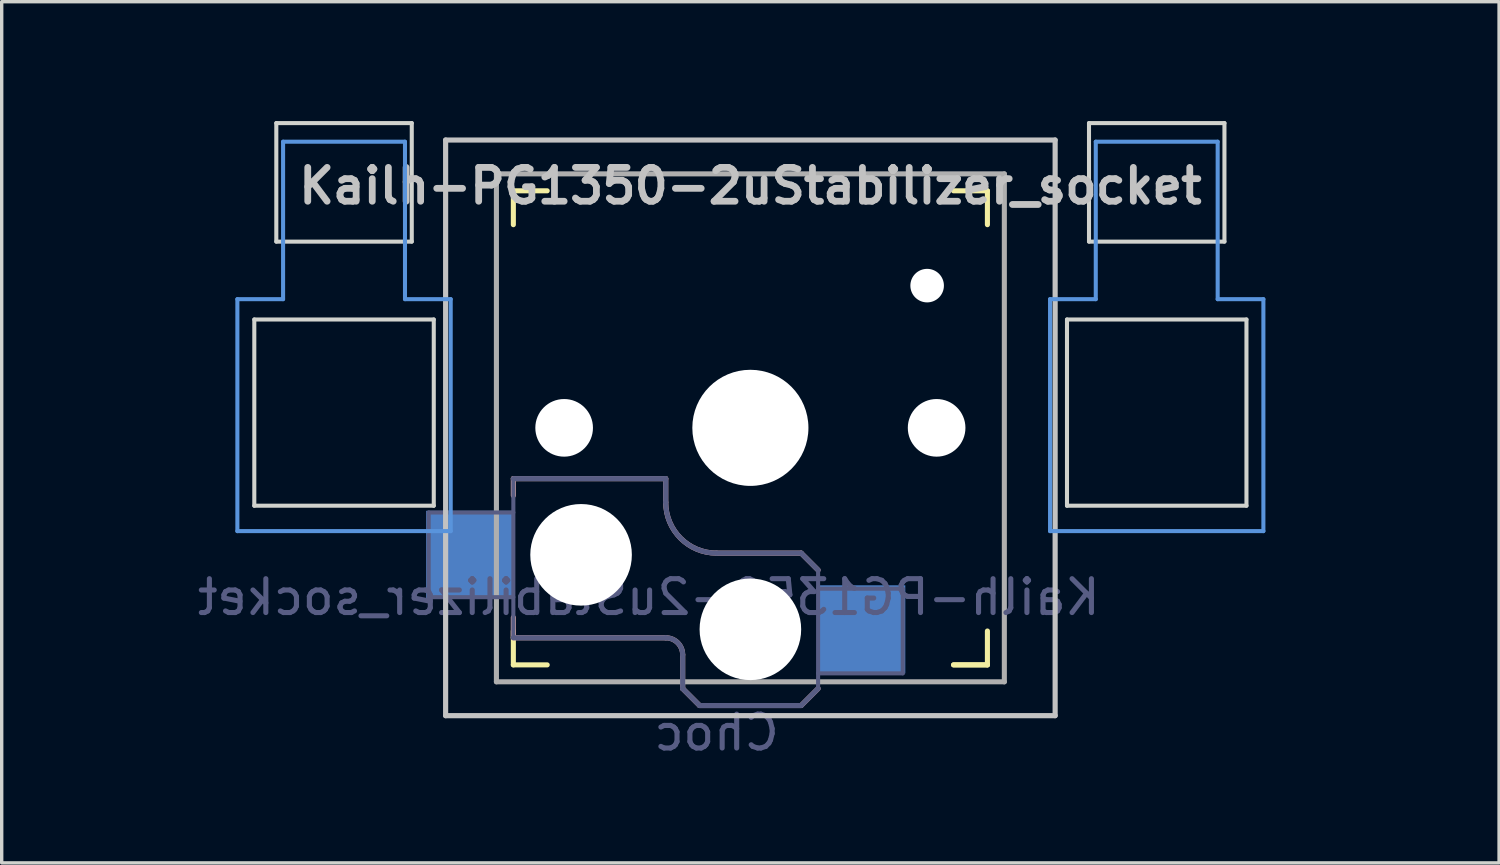
<source format=kicad_pcb>
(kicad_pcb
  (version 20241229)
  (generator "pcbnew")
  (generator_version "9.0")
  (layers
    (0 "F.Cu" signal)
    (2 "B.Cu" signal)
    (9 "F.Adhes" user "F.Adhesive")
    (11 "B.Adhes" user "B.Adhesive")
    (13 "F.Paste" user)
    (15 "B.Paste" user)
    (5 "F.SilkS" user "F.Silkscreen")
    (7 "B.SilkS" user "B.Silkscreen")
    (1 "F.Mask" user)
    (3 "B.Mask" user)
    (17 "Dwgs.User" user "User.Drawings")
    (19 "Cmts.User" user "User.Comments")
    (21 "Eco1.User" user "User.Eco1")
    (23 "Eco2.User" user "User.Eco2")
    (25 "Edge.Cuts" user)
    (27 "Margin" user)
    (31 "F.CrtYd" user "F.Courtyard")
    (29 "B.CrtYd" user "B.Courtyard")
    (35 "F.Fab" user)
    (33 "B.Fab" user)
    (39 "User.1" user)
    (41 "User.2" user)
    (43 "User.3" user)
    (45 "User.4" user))
  (footprint "Kailh-PG1350-2uStabilizer_socket"
    (layer "F.Cu")
    (at 19.11 9.585)
    (property "Reference" "Kailh-PG1350-2uStabilizer_socket" (at 0 -7.144 180) (layer "Dwgs.User") (effects (font (size 1 1) (thickness 0.2))))
    (property "Value" "Choc" (at 0 -5.08 180) (layer "F.SilkS") (hide yes) (effects (font (size 1 1) (thickness 0.2))))
    (attr through_hole)
    (fp_line (start -7 -6) (end -7 -7) (stroke (width 0.15) (type solid)) (layer "F.SilkS"))
    (fp_line (start -7 7) (end -7 6) (stroke (width 0.15) (type solid)) (layer "F.SilkS"))
    (fp_line (start -7 7) (end -6 7) (stroke (width 0.15) (type solid)) (layer "F.SilkS"))
    (fp_line (start -6 -7) (end -7 -7) (stroke (width 0.15) (type solid)) (layer "F.SilkS"))
    (fp_line (start 6 7) (end 7 7) (stroke (width 0.15) (type solid)) (layer "F.SilkS"))
    (fp_line (start 7 -7) (end 6 -7) (stroke (width 0.15) (type solid)) (layer "F.SilkS"))
    (fp_line (start 7 -7) (end 7 -6) (stroke (width 0.15) (type solid)) (layer "F.SilkS"))
    (fp_line (start 7 6) (end 7 7) (stroke (width 0.15) (type solid)) (layer "F.SilkS"))
    (fp_line (start 7 7) (end 6 7) (stroke (width 0.15) (type solid)) (layer "F.SilkS"))
    (fp_line (start -7 1.5) (end -7 2) (stroke (width 0.15) (type solid)) (layer "B.SilkS"))
    (fp_line (start -7 5.6) (end -7 6.2) (stroke (width 0.15) (type solid)) (layer "B.SilkS"))
    (fp_line (start -7 6.2) (end -2.5 6.2) (stroke (width 0.15) (type solid)) (layer "B.SilkS"))
    (fp_line (start -2.5 1.5) (end -7 1.5) (stroke (width 0.15) (type solid)) (layer "B.SilkS"))
    (fp_line (start -2.5 2.2) (end -2.5 1.5) (stroke (width 0.15) (type solid)) (layer "B.SilkS"))
    (fp_line (start -2 6.7) (end -2 7.7) (stroke (width 0.15) (type solid)) (layer "B.SilkS"))
    (fp_line (start -1.5 8.2) (end -2 7.7) (stroke (width 0.15) (type solid)) (layer "B.SilkS"))
    (fp_line (start 1.5 3.7) (end -1 3.7) (stroke (width 0.15) (type solid)) (layer "B.SilkS"))
    (fp_line (start 1.5 8.2) (end -1.5 8.2) (stroke (width 0.15) (type solid)) (layer "B.SilkS"))
    (fp_line (start 2 4.2) (end 1.5 3.7) (stroke (width 0.15) (type solid)) (layer "B.SilkS"))
    (fp_line (start 2 7.7) (end 1.5 8.2) (stroke (width 0.15) (type solid)) (layer "B.SilkS"))
    (fp_arc (start -2.5 6.2) (mid -2.146447 6.346447) (end -2 6.7) (stroke (width 0.15) (type solid)) (layer "B.SilkS"))
    (fp_arc (start -1 3.7) (mid -2.06066 3.26066) (end -2.5 2.2) (stroke (width 0.15) (type solid)) (layer "B.SilkS"))
    (fp_line (start -9 -8.5) (end 9 -8.5) (stroke (width 0.152) (type solid)) (layer "Dwgs.User"))
    (fp_line (start -9 8.5) (end -9 -8.5) (stroke (width 0.152) (type solid)) (layer "Dwgs.User"))
    (fp_line (start 9 -8.5) (end 9 8.5) (stroke (width 0.152) (type solid)) (layer "Dwgs.User"))
    (fp_line (start 9 8.5) (end -9 8.5) (stroke (width 0.152) (type solid)) (layer "Dwgs.User"))
    (fp_line (start -15.15 -3.8) (end -13.8 -3.8) (stroke (width 0.12) (type solid)) (layer "Cmts.User"))
    (fp_line (start -15.15 3.05) (end -15.15 -3.8) (stroke (width 0.12) (type solid)) (layer "Cmts.User"))
    (fp_line (start -15.15 3.05) (end -8.85 3.05) (stroke (width 0.12) (type solid)) (layer "Cmts.User"))
    (fp_line (start -13.8 -8.45) (end -13.8 -3.8) (stroke (width 0.12) (type solid)) (layer "Cmts.User"))
    (fp_line (start -13.8 -8.45) (end -10.2 -8.45) (stroke (width 0.12) (type solid)) (layer "Cmts.User"))
    (fp_line (start -10.2 -8.45) (end -10.2 -3.8) (stroke (width 0.12) (type solid)) (layer "Cmts.User"))
    (fp_line (start -10.2 -3.8) (end -8.85 -3.8) (stroke (width 0.12) (type solid)) (layer "Cmts.User"))
    (fp_line (start -8.85 3.05) (end -8.85 -3.8) (stroke (width 0.12) (type solid)) (layer "Cmts.User"))
    (fp_line (start 8.85 -3.8) (end 10.2 -3.8) (stroke (width 0.12) (type solid)) (layer "Cmts.User"))
    (fp_line (start 8.85 3.05) (end 8.85 -3.8) (stroke (width 0.12) (type solid)) (layer "Cmts.User"))
    (fp_line (start 8.85 3.05) (end 15.15 3.05) (stroke (width 0.12) (type solid)) (layer "Cmts.User"))
    (fp_line (start 10.2 -8.45) (end 10.2 -3.8) (stroke (width 0.12) (type solid)) (layer "Cmts.User"))
    (fp_line (start 10.2 -8.45) (end 13.8 -8.45) (stroke (width 0.12) (type solid)) (layer "Cmts.User"))
    (fp_line (start 13.8 -8.45) (end 13.8 -3.8) (stroke (width 0.12) (type solid)) (layer "Cmts.User"))
    (fp_line (start 13.8 -3.8) (end 15.15 -3.8) (stroke (width 0.12) (type solid)) (layer "Cmts.User"))
    (fp_line (start 15.15 3.05) (end 15.15 -3.8) (stroke (width 0.12) (type solid)) (layer "Cmts.User"))
    (fp_line (start -19.05 -9.525) (end -19.05 9.525) (stroke (width 0.12) (type solid)) (layer "Eco1.User"))
    (fp_line (start -19.05 -9.525) (end 19.05 -9.525) (stroke (width 0.12) (type solid)) (layer "Eco1.User"))
    (fp_line (start -19.05 9.525) (end 19.05 9.525) (stroke (width 0.12) (type solid)) (layer "Eco1.User"))
    (fp_line (start 19.05 -9.525) (end 19.05 9.525) (stroke (width 0.12) (type solid)) (layer "Eco1.User"))
    (fp_line (start -6.9 6.9) (end -6.9 -6.9) (stroke (width 0.15) (type solid)) (layer "Eco2.User"))
    (fp_line (start -6.9 6.9) (end 6.9 6.9) (stroke (width 0.15) (type solid)) (layer "Eco2.User"))
    (fp_line (start -2.6 -3.1) (end -2.6 -6.3) (stroke (width 0.15) (type solid)) (layer "Eco2.User"))
    (fp_line (start -2.6 -3.1) (end 2.6 -3.1) (stroke (width 0.15) (type solid)) (layer "Eco2.User"))
    (fp_line (start 2.6 -6.3) (end -2.6 -6.3) (stroke (width 0.15) (type solid)) (layer "Eco2.User"))
    (fp_line (start 2.6 -3.1) (end 2.6 -6.3) (stroke (width 0.15) (type solid)) (layer "Eco2.User"))
    (fp_line (start 6.9 -6.9) (end -6.9 -6.9) (stroke (width 0.15) (type solid)) (layer "Eco2.User"))
    (fp_line (start 6.9 -6.9) (end 6.9 6.9) (stroke (width 0.15) (type solid)) (layer "Eco2.User"))
    (fp_line (start -14.65 -3.2) (end -14.65 2.3) (stroke (width 0.12) (type solid)) (layer "Edge.Cuts"))
    (fp_line (start -14.65 -3.2) (end -9.35 -3.2) (stroke (width 0.12) (type solid)) (layer "Edge.Cuts"))
    (fp_line (start -14.65 2.3) (end -9.35 2.3) (stroke (width 0.12) (type solid)) (layer "Edge.Cuts"))
    (fp_line (start -14 -9) (end -14 -5.5) (stroke (width 0.12) (type solid)) (layer "Edge.Cuts"))
    (fp_line (start -14 -9) (end -10 -9) (stroke (width 0.12) (type solid)) (layer "Edge.Cuts"))
    (fp_line (start -14 -5.5) (end -10 -5.5) (stroke (width 0.12) (type solid)) (layer "Edge.Cuts"))
    (fp_line (start -10 -5.5) (end -10 -9) (stroke (width 0.12) (type solid)) (layer "Edge.Cuts"))
    (fp_line (start -9.35 2.3) (end -9.35 -3.2) (stroke (width 0.12) (type solid)) (layer "Edge.Cuts"))
    (fp_line (start 9.35 -3.2) (end 9.35 2.3) (stroke (width 0.12) (type solid)) (layer "Edge.Cuts"))
    (fp_line (start 9.35 -3.2) (end 14.65 -3.2) (stroke (width 0.12) (type solid)) (layer "Edge.Cuts"))
    (fp_line (start 9.35 2.3) (end 14.65 2.3) (stroke (width 0.12) (type solid)) (layer "Edge.Cuts"))
    (fp_line (start 10 -9) (end 10 -5.5) (stroke (width 0.12) (type solid)) (layer "Edge.Cuts"))
    (fp_line (start 10 -9) (end 14 -9) (stroke (width 0.12) (type solid)) (layer "Edge.Cuts"))
    (fp_line (start 10 -5.5) (end 14 -5.5) (stroke (width 0.12) (type solid)) (layer "Edge.Cuts"))
    (fp_line (start 14 -5.5) (end 14 -9) (stroke (width 0.12) (type solid)) (layer "Edge.Cuts"))
    (fp_line (start 14.65 2.3) (end 14.65 -3.2) (stroke (width 0.12) (type solid)) (layer "Edge.Cuts"))
    (fp_line (start -9.5 2.5) (end -7 2.5) (stroke (width 0.12) (type solid)) (layer "B.Fab"))
    (fp_line (start -9.5 5) (end -9.5 2.5) (stroke (width 0.12) (type solid)) (layer "B.Fab"))
    (fp_line (start -7 1.5) (end -7 6.2) (stroke (width 0.12) (type solid)) (layer "B.Fab"))
    (fp_line (start -7 5) (end -9.5 5) (stroke (width 0.12) (type solid)) (layer "B.Fab"))
    (fp_line (start -7 6.2) (end -2.5 6.2) (stroke (width 0.15) (type solid)) (layer "B.Fab"))
    (fp_line (start -2.5 1.5) (end -7 1.5) (stroke (width 0.15) (type solid)) (layer "B.Fab"))
    (fp_line (start -2.5 2.2) (end -2.5 1.5) (stroke (width 0.15) (type solid)) (layer "B.Fab"))
    (fp_line (start -2 6.7) (end -2 7.7) (stroke (width 0.15) (type solid)) (layer "B.Fab"))
    (fp_line (start -1.5 8.2) (end -2 7.7) (stroke (width 0.15) (type solid)) (layer "B.Fab"))
    (fp_line (start 1.5 3.7) (end -1 3.7) (stroke (width 0.15) (type solid)) (layer "B.Fab"))
    (fp_line (start 1.5 8.2) (end -1.5 8.2) (stroke (width 0.15) (type solid)) (layer "B.Fab"))
    (fp_line (start 2 4.2) (end 1.5 3.7) (stroke (width 0.15) (type solid)) (layer "B.Fab"))
    (fp_line (start 2 4.25) (end 2 7.7) (stroke (width 0.12) (type solid)) (layer "B.Fab"))
    (fp_line (start 2 4.75) (end 4.5 4.75) (stroke (width 0.12) (type solid)) (layer "B.Fab"))
    (fp_line (start 2 7.7) (end 1.5 8.2) (stroke (width 0.15) (type solid)) (layer "B.Fab"))
    (fp_line (start 4.5 4.75) (end 4.5 7.25) (stroke (width 0.12) (type solid)) (layer "B.Fab"))
    (fp_line (start 4.5 7.25) (end 2 7.25) (stroke (width 0.12) (type solid)) (layer "B.Fab"))
    (fp_arc (start -2.5 6.2) (mid -2.146447 6.346447) (end -2 6.7) (stroke (width 0.15) (type solid)) (layer "B.Fab"))
    (fp_arc (start -1 3.7) (mid -2.06066 3.26066) (end -2.5 2.2) (stroke (width 0.15) (type solid)) (layer "B.Fab"))
    (fp_line (start -7.5 -7.5) (end 7.5 -7.5) (stroke (width 0.15) (type solid)) (layer "F.Fab"))
    (fp_line (start -7.5 7.5) (end -7.5 -7.5) (stroke (width 0.15) (type solid)) (layer "F.Fab"))
    (fp_line (start 7.5 -7.5) (end 7.5 7.5) (stroke (width 0.15) (type solid)) (layer "F.Fab"))
    (fp_line (start 7.5 7.5) (end -7.5 7.5) (stroke (width 0.15) (type solid)) (layer "F.Fab"))
    (fp_text user "${VALUE}" (at -1 9 0) (layer "B.Fab") (effects (font (size 1 1) (thickness 0.15)) (justify mirror)))
    (fp_text user "${REFERENCE}" (at -3 5 0) (layer "B.Fab") (effects (font (size 1 1) (thickness 0.15)) (justify mirror)))
    (pad "" np_thru_hole circle (at -5.5 0) (size 1.702 1.702) (drill 1.702) (layers "*.Cu" "*.Mask"))
    (pad "" np_thru_hole circle (at -5 3.75) (size 3 3) (drill 3) (layers "*.Cu" "*.Mask"))
    (pad "" np_thru_hole circle (at 0 0) (size 3.429 3.429) (drill 3.429) (layers "*.Cu" "*.Mask"))
    (pad "" np_thru_hole circle (at 0 5.95) (size 3 3) (drill 3) (layers "*.Cu" "*.Mask"))
    (pad "" np_thru_hole circle (at 5.22 -4.2) (size 0.991 0.991) (drill 0.991) (layers "*.Cu" "*.Mask"))
    (pad "" np_thru_hole circle (at 5.5 0) (size 1.702 1.702) (drill 1.702) (layers "*.Cu" "*.Mask"))
    (pad "1" smd rect (at 3.275 5.95) (size 2.6 2.6) (layers "B.Cu" "B.Mask" "B.Paste"))
    (pad "2" smd rect (at -8.275 3.75) (size 2.6 2.6) (layers "B.Cu" "B.Mask" "B.Paste")))
  (gr_rect
    (start -3 -3)
    (end 41.22 22.433)
    (stroke (width 0.1) (type default))
    (fill no)
    (layer "Edge.Cuts")))
</source>
